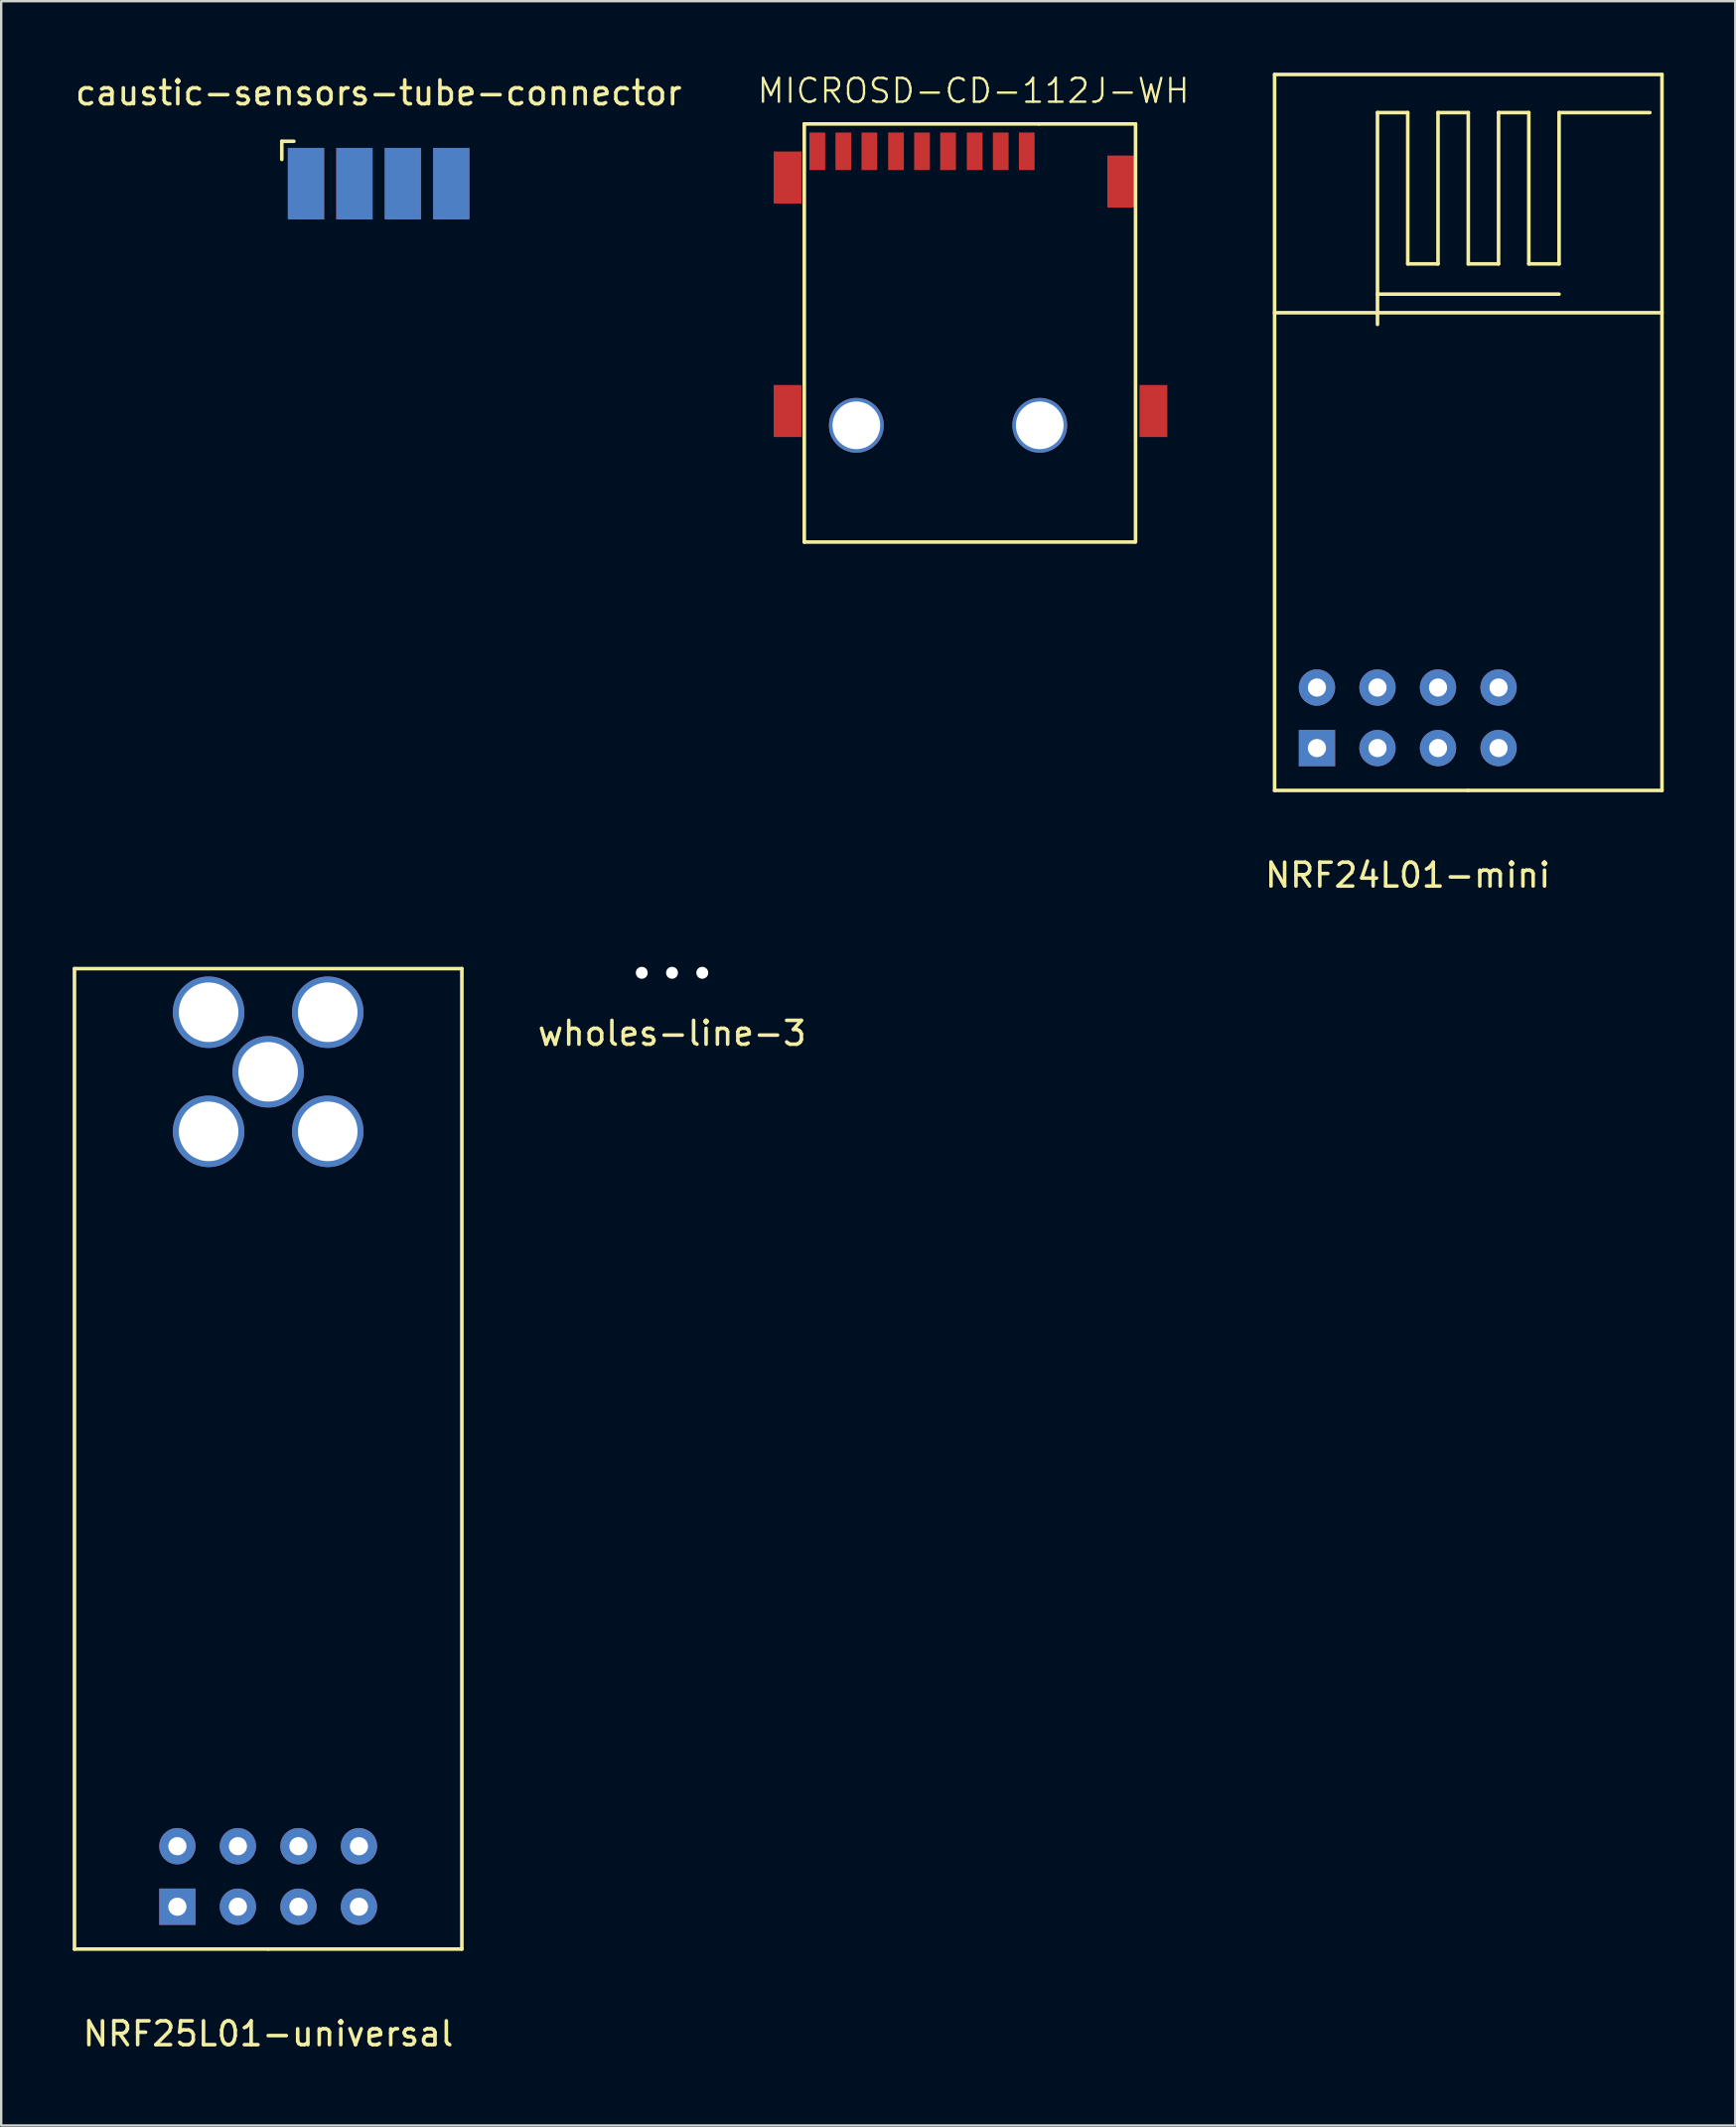
<source format=kicad_pcb>
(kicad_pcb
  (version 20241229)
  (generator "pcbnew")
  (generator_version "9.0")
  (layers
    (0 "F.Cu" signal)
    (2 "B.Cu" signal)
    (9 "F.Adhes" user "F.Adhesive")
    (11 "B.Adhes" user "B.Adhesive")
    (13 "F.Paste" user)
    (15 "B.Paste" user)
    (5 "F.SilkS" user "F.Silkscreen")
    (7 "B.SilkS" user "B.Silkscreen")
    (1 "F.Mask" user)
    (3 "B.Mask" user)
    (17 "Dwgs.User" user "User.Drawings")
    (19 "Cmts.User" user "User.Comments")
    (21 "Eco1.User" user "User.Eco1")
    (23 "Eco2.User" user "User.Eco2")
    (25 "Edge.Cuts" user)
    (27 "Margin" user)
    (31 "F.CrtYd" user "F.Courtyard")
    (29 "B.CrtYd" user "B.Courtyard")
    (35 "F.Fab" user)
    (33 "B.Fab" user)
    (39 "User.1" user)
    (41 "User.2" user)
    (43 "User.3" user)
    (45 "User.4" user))
  (footprint "NRF24L01-mini"
    (layer "F.Cu")
    (at 56.023 27.075)
    (property "Reference" "NRF24L01-mini" (at 0 6.604 0) (layer "F.SilkS") (effects (font (size 1 1) (thickness 0.15))))
    (attr through_hole)
    (fp_line (start -5.588 -27) (end -5.588 3.048) (stroke (width 0.15) (type solid)) (layer "F.SilkS"))
    (fp_line (start -5.588 -27) (end 10.668 -27) (stroke (width 0.15) (type solid)) (layer "F.SilkS"))
    (fp_line (start -5.588 -17) (end 10.668 -17) (stroke (width 0.15) (type solid)) (layer "F.SilkS"))
    (fp_line (start -5.588 3.048) (end 2.54 3.048) (stroke (width 0.15) (type solid)) (layer "F.SilkS"))
    (fp_line (start -1.27 -25.4) (end 0 -25.4) (stroke (width 0.15) (type solid)) (layer "F.SilkS"))
    (fp_line (start -1.27 -17.78) (end 6.35 -17.78) (stroke (width 0.15) (type solid)) (layer "F.SilkS"))
    (fp_line (start -1.27 -16.51) (end -1.27 -25.4) (stroke (width 0.15) (type solid)) (layer "F.SilkS"))
    (fp_line (start 0 -25.4) (end 0 -19.05) (stroke (width 0.15) (type solid)) (layer "F.SilkS"))
    (fp_line (start 0 -19.05) (end 1.27 -19.05) (stroke (width 0.15) (type solid)) (layer "F.SilkS"))
    (fp_line (start 1.27 -25.4) (end 2.54 -25.4) (stroke (width 0.15) (type solid)) (layer "F.SilkS"))
    (fp_line (start 1.27 -19.05) (end 1.27 -25.4) (stroke (width 0.15) (type solid)) (layer "F.SilkS"))
    (fp_line (start 2.54 -25.4) (end 2.54 -19.05) (stroke (width 0.15) (type solid)) (layer "F.SilkS"))
    (fp_line (start 2.54 -19.05) (end 3.81 -19.05) (stroke (width 0.15) (type solid)) (layer "F.SilkS"))
    (fp_line (start 2.54 3.048) (end 10.668 3.048) (stroke (width 0.15) (type solid)) (layer "F.SilkS"))
    (fp_line (start 3.81 -25.4) (end 5.08 -25.4) (stroke (width 0.15) (type solid)) (layer "F.SilkS"))
    (fp_line (start 3.81 -19.05) (end 3.81 -25.4) (stroke (width 0.15) (type solid)) (layer "F.SilkS"))
    (fp_line (start 5.08 -25.4) (end 5.08 -19.05) (stroke (width 0.15) (type solid)) (layer "F.SilkS"))
    (fp_line (start 5.08 -19.05) (end 6.35 -19.05) (stroke (width 0.15) (type solid)) (layer "F.SilkS"))
    (fp_line (start 6.35 -25.4) (end 10.16 -25.4) (stroke (width 0.15) (type solid)) (layer "F.SilkS"))
    (fp_line (start 6.35 -19.05) (end 6.35 -25.4) (stroke (width 0.15) (type solid)) (layer "F.SilkS"))
    (fp_line (start 10.668 3.048) (end 10.668 -27) (stroke (width 0.15) (type solid)) (layer "F.SilkS"))
    (pad "1" thru_hole rect (at -3.81 1.27) (size 1.524 1.524) (drill 0.762) (layers "*.Cu" "*.Mask"))
    (pad "2" thru_hole circle (at -3.81 -1.27) (size 1.524 1.524) (drill 0.762) (layers "*.Cu" "*.Mask"))
    (pad "3" thru_hole circle (at -1.27 1.27) (size 1.524 1.524) (drill 0.762) (layers "*.Cu" "*.Mask"))
    (pad "4" thru_hole circle (at -1.27 -1.27) (size 1.524 1.524) (drill 0.762) (layers "*.Cu" "*.Mask"))
    (pad "5" thru_hole circle (at 1.27 1.27) (size 1.524 1.524) (drill 0.762) (layers "*.Cu" "*.Mask"))
    (pad "6" thru_hole circle (at 1.27 -1.27) (size 1.524 1.524) (drill 0.762) (layers "*.Cu" "*.Mask"))
    (pad "7" thru_hole circle (at 3.81 1.27) (size 1.524 1.524) (drill 0.762) (layers "*.Cu" "*.Mask"))
    (pad "8" thru_hole circle (at 3.81 -1.27) (size 1.524 1.524) (drill 0.762) (layers "*.Cu" "*.Mask")))
  (footprint "NRF25L01-universal"
    (layer "F.Cu")
    (at 8.203 75.702)
    (property "Reference" "NRF25L01-universal" (at 0 6.604 0) (layer "F.SilkS") (effects (font (size 1 1) (thickness 0.15))))
    (attr through_hole)
    (fp_line (start -8.128 -38.1) (end -8.128 3.048) (stroke (width 0.15) (type solid)) (layer "F.SilkS"))
    (fp_line (start -8.128 3.048) (end 0 3.048) (stroke (width 0.15) (type solid)) (layer "F.SilkS"))
    (fp_line (start 0 3.048) (end 8.128 3.048) (stroke (width 0.15) (type solid)) (layer "F.SilkS"))
    (fp_line (start 8.128 -38.1) (end -8.128 -38.1) (stroke (width 0.15) (type solid)) (layer "F.SilkS"))
    (fp_line (start 8.128 3.048) (end 8.128 -38.1) (stroke (width 0.15) (type solid)) (layer "F.SilkS"))
    (pad "1" thru_hole rect (at -3.81 1.27) (size 1.524 1.524) (drill 0.762) (layers "*.Cu" "*.Mask"))
    (pad "1" thru_hole circle (at -2.5 -36.27) (size 3 3) (drill 2.5) (layers "*.Cu" "*.Mask"))
    (pad "1" thru_hole circle (at -2.5 -31.27) (size 3 3) (drill 2.5) (layers "*.Cu" "*.Mask"))
    (pad "1" thru_hole circle (at 2.5 -36.27) (size 3 3) (drill 2.5) (layers "*.Cu" "*.Mask"))
    (pad "1" thru_hole circle (at 2.5 -31.27) (size 3 3) (drill 2.5) (layers "*.Cu" "*.Mask"))
    (pad "2" thru_hole circle (at -3.81 -1.27) (size 1.524 1.524) (drill 0.762) (layers "*.Cu" "*.Mask"))
    (pad "3" thru_hole circle (at -1.27 1.27) (size 1.524 1.524) (drill 0.762) (layers "*.Cu" "*.Mask"))
    (pad "4" thru_hole circle (at -1.27 -1.27) (size 1.524 1.524) (drill 0.762) (layers "*.Cu" "*.Mask"))
    (pad "5" thru_hole circle (at 1.27 1.27) (size 1.524 1.524) (drill 0.762) (layers "*.Cu" "*.Mask"))
    (pad "6" thru_hole circle (at 1.27 -1.27) (size 1.524 1.524) (drill 0.762) (layers "*.Cu" "*.Mask"))
    (pad "7" thru_hole circle (at 3.81 1.27) (size 1.524 1.524) (drill 0.762) (layers "*.Cu" "*.Mask"))
    (pad "8" thru_hole circle (at 3.81 -1.27) (size 1.524 1.524) (drill 0.762) (layers "*.Cu" "*.Mask"))
    (pad "9" thru_hole circle (at 0 -33.77) (size 3 3) (drill 2.5) (layers "*.Cu" "*.Mask")))
  (footprint "wholes-line-3"
    (layer "F.Cu")
    (at 25.15 37.777)
    (property "Reference" "wholes-line-3" (at 0 2.54 0) (layer "F.SilkS") (effects (font (size 1 1) (thickness 0.15))))
    (attr through_hole)
    (pad "" np_thru_hole circle (at -1.27 0) (size 0.5 0.5) (drill 0.5) (layers "*.Cu" "*.Mask"))
    (pad "" np_thru_hole circle (at 0 0) (size 0.5 0.5) (drill 0.5) (layers "*.Cu" "*.Mask"))
    (pad "" np_thru_hole circle (at 1.27 0) (size 0.5 0.5) (drill 0.5) (layers "*.Cu" "*.Mask")))
  (footprint "MICROSD-CD-112J-WH"
    (layer "F.Cu")
    (at 37.8 3.3)
    (property "Reference" "MICROSD-CD-112J-WH" (at 0 -2.54 0) (layer "F.SilkS") (effects (font (size 1 1) (thickness 0.1))))
    (attr through_hole)
    (fp_line (start -7.1 16.35) (end -7.1 -1.15) (stroke (width 0.15) (type solid)) (layer "F.SilkS"))
    (fp_line (start -7.1 16.35) (end -7.1 16.4) (stroke (width 0.15) (type solid)) (layer "F.SilkS"))
    (fp_line (start -7.1 16.4) (end 6.75 16.4) (stroke (width 0.15) (type solid)) (layer "F.SilkS"))
    (fp_line (start 2.75 -1.15) (end -7.1 -1.15) (stroke (width 0.15) (type solid)) (layer "F.SilkS"))
    (fp_line (start 2.75 -1.15) (end 6.8 -1.15) (stroke (width 0.15) (type solid)) (layer "F.SilkS"))
    (fp_line (start 6.8 -1.15) (end 6.8 16.4) (stroke (width 0.15) (type solid)) (layer "F.SilkS"))
    (pad "1" smd rect (at 2.235 0) (size 0.66 1.575) (layers "F.Cu" "F.Mask" "F.Paste"))
    (pad "2" smd rect (at 1.143 0) (size 0.66 1.575) (layers "F.Cu" "F.Mask" "F.Paste"))
    (pad "3" smd rect (at 0.051 0) (size 0.66 1.575) (layers "F.Cu" "F.Mask" "F.Paste"))
    (pad "4" smd rect (at -1.067 0) (size 0.66 1.575) (layers "F.Cu" "F.Mask" "F.Paste"))
    (pad "5" smd rect (at -2.159 0) (size 0.66 1.575) (layers "F.Cu" "F.Mask" "F.Paste"))
    (pad "6" smd rect (at -3.251 0) (size 0.66 1.575) (layers "F.Cu" "F.Mask" "F.Paste"))
    (pad "7" smd rect (at -4.369 0) (size 0.66 1.575) (layers "F.Cu" "F.Mask" "F.Paste"))
    (pad "8" smd rect (at -5.461 0) (size 0.66 1.575) (layers "F.Cu" "F.Mask" "F.Paste"))
    (pad "CASE" smd rect (at -7.8 1.1) (size 1.168 2.184) (layers "F.Cu" "F.Mask" "F.Paste"))
    (pad "CASE" smd rect (at -7.8 10.9) (size 1.168 2.184) (layers "F.Cu" "F.Mask" "F.Paste"))
    (pad "CASE" smd rect (at 6.2 1.27) (size 1.168 2.184) (layers "F.Cu" "F.Mask" "F.Paste"))
    (pad "CASE" smd rect (at 7.55 10.9) (size 1.168 2.184) (layers "F.Cu" "F.Mask" "F.Paste"))
    (pad "CD" smd rect (at -6.553 0) (size 0.66 1.575) (layers "F.Cu" "F.Mask" "F.Paste"))
    (pad "NC" thru_hole circle (at -4.915 11.5) (size 2.3 2.3) (drill oval 2) (layers "*.Cu" "*.Mask"))
    (pad "NC" thru_hole circle (at 2.781 11.5) (size 2.3 2.3) (drill oval 2) (layers "*.Cu" "*.Mask")))
  (footprint "caustic-sensors-tube-connector"
    (layer "F.Cu")
    (at 12.839 4.658)
    (property "Reference" "caustic-sensors-tube-connector" (at 0 -3.81 0) (layer "F.SilkS") (effects (font (size 1 1) (thickness 0.15))))
    (attr through_hole)
    (fp_line (start -4.064 -1.778) (end -3.556 -1.778) (stroke (width 0.15) (type solid)) (layer "F.SilkS"))
    (fp_line (start -4.064 -1.016) (end -4.064 -1.778) (stroke (width 0.15) (type solid)) (layer "F.SilkS"))
    (pad "1" smd rect (at -3.048 0) (size 1.524 3) (layers "F.Cu" "F.Mask" "F.Paste"))
    (pad "2" smd rect (at -1.016 0) (size 1.524 3) (layers "F.Cu" "F.Mask" "F.Paste"))
    (pad "3" smd rect (at 1.016 0) (size 1.524 3) (layers "F.Cu" "F.Mask" "F.Paste"))
    (pad "4" smd rect (at 3.048 0) (size 1.524 3) (layers "F.Cu" "F.Mask" "F.Paste"))
    (pad "5" smd rect (at 3.048 0) (size 1.524 3) (layers "B.Cu" "B.Mask" "B.Paste"))
    (pad "6" smd rect (at 1.016 0) (size 1.524 3) (layers "B.Cu" "B.Mask" "B.Paste"))
    (pad "7" smd rect (at -1.016 0) (size 1.524 3) (layers "B.Cu" "B.Mask" "B.Paste"))
    (pad "8" smd rect (at -3.048 0) (size 1.524 3) (layers "B.Cu" "B.Mask" "B.Paste")))
  (gr_rect
    (start -3 -3)
    (end 69.766 86.154)
    (stroke (width 0.1) (type default))
    (fill no)
    (layer "Edge.Cuts")))
</source>
